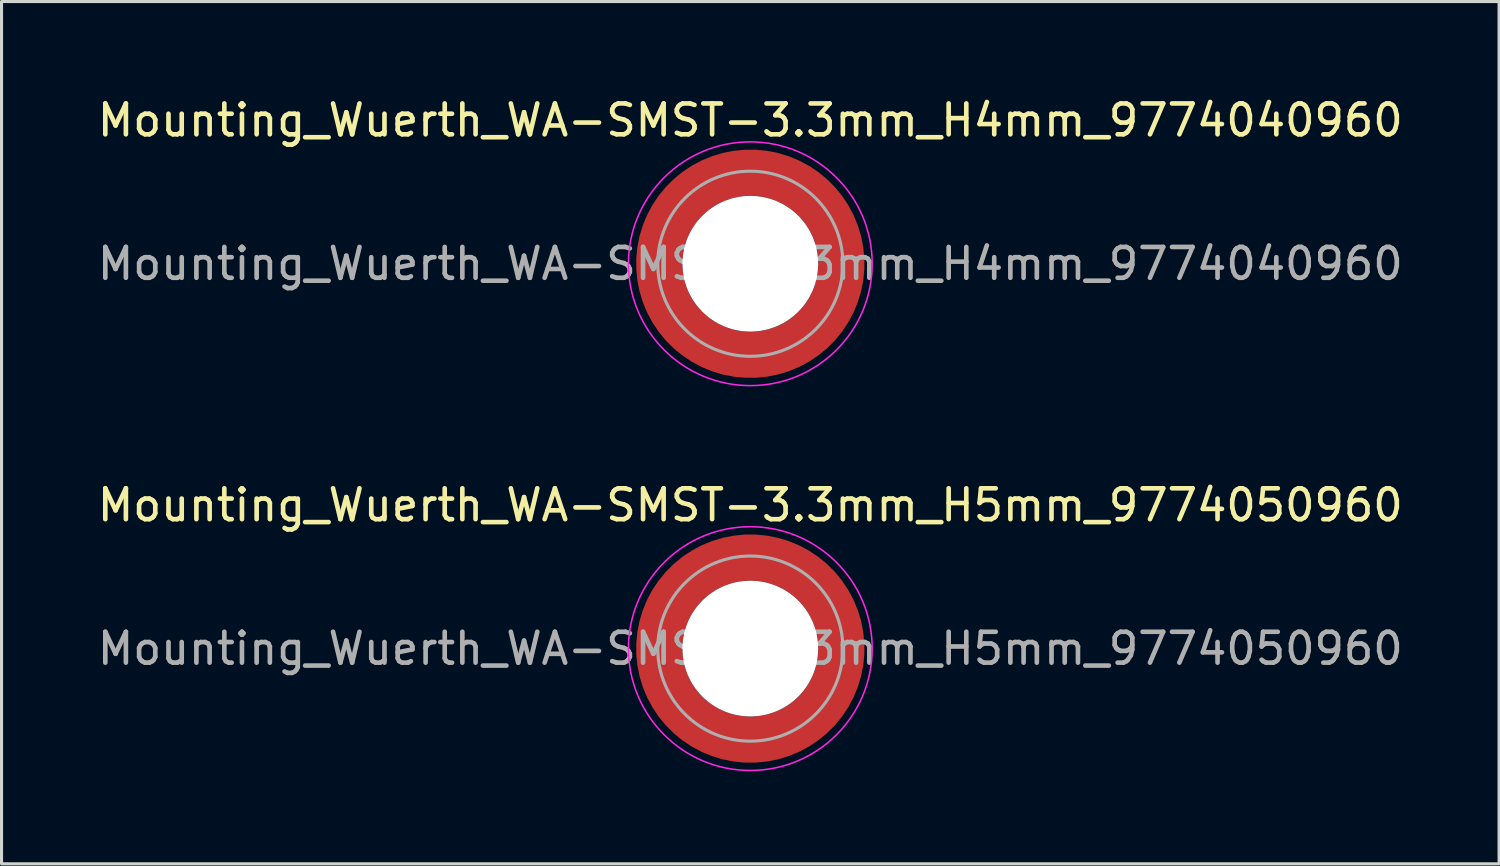
<source format=kicad_pcb>
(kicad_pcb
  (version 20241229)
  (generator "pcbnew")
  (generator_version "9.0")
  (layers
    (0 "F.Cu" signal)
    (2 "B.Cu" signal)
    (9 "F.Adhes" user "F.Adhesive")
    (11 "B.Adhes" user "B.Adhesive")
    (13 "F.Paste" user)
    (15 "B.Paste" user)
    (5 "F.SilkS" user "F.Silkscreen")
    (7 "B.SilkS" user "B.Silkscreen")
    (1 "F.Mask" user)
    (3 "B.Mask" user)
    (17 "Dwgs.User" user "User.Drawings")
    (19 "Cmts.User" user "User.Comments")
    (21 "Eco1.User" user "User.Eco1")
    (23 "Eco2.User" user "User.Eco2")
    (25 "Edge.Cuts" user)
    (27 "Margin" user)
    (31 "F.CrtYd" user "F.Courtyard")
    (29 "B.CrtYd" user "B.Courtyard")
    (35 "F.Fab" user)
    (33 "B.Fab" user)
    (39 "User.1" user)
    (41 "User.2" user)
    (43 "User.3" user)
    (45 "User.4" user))
  (footprint "Mounting_Wuerth_WA-SMST-3.3mm_H4mm_9774040960"
    (layer "F.Cu")
    (at 21.268 5.498)
    (property "Reference" "Mounting_Wuerth_WA-SMST-3.3mm_H4mm_9774040960" (at 0 -4.65 0) (layer "F.SilkS") (effects (font (size 1 1) (thickness 0.15))))
    (attr smd allow_soldermask_bridges)
    (fp_circle (center 0 0) (end 3.95 0) (stroke (width 0.05) (type solid)) (fill no) (layer "F.CrtYd"))
    (fp_circle (center 0 0) (end 3 0) (stroke (width 0.1) (type solid)) (fill no) (layer "F.Fab"))
    (fp_text user "${REFERENCE}" (at 0 0 0) (layer "F.Fab") (effects (font (size 1 1) (thickness 0.15))))
    (pad "" smd custom (at -2.058 -2.058) (size 0.55 0.55) (layers "F.Paste") (options (anchor circle)) (primitives (gr_arc (start -0.377294 1.707681) (mid 0.318198 0.318198) (end 1.707681 -0.377294) (width 0.2)) (gr_arc (start -0.478281 1.707681) (mid 0.247487 0.247487) (end 1.707681 -0.478281) (width 0.2)) (gr_arc (start -0.579192 1.707681) (mid 0.176777 0.176777) (end 1.707681 -0.579192) (width 0.2)) (gr_arc (start -0.680037 1.707681) (mid 0.106066 0.106066) (end 1.707681 -0.680037) (width 0.2)) (gr_arc (start -0.780822 1.707681) (mid 0.035355 0.035355) (end 1.707681 -0.780822) (width 0.2)) (gr_arc (start -0.881554 1.707681) (mid -0.035355 -0.035355) (end 1.707681 -0.881554) (width 0.2)) (gr_arc (start -0.982237 1.707681) (mid -0.106066 -0.106066) (end 1.707681 -0.982237) (width 0.2)) (gr_arc (start -1.082877 1.707681) (mid -0.176777 -0.176777) (end 1.707681 -1.082877) (width 0.2)) (gr_arc (start -1.183476 1.707681) (mid -0.247487 -0.247487) (end 1.707681 -1.183476) (width 0.2)) (gr_arc (start -1.28404 1.707681) (mid -0.318198 -0.318198) (end 1.707681 -1.28404) (width 0.2)) (gr_line (start 1.708 -0.377) (end 1.708 -1.284) (width 0.2)) (gr_line (start -0.377 1.708) (end -1.284 1.708) (width 0.2))))
    (pad "" smd custom (at -2.058 2.058) (size 0.55 0.55) (layers "F.Paste") (options (anchor circle)) (primitives (gr_arc (start 1.707681 0.377294) (mid 0.318198 -0.318198) (end -0.377294 -1.707681) (width 0.2)) (gr_arc (start 1.707681 0.478281) (mid 0.247487 -0.247487) (end -0.478281 -1.707681) (width 0.2)) (gr_arc (start 1.707681 0.579192) (mid 0.176777 -0.176777) (end -0.579192 -1.707681) (width 0.2)) (gr_arc (start 1.707681 0.680037) (mid 0.106066 -0.106066) (end -0.680037 -1.707681) (width 0.2)) (gr_arc (start 1.707681 0.780822) (mid 0.035355 -0.035355) (end -0.780822 -1.707681) (width 0.2)) (gr_arc (start 1.707681 0.881554) (mid -0.035355 0.035355) (end -0.881554 -1.707681) (width 0.2)) (gr_arc (start 1.707681 0.982237) (mid -0.106066 0.106066) (end -0.982237 -1.707681) (width 0.2)) (gr_arc (start 1.707681 1.082877) (mid -0.176777 0.176777) (end -1.082877 -1.707681) (width 0.2)) (gr_arc (start 1.707681 1.183476) (mid -0.247487 0.247487) (end -1.183476 -1.707681) (width 0.2)) (gr_arc (start 1.707681 1.28404) (mid -0.318198 0.318198) (end -1.28404 -1.707681) (width 0.2)) (gr_line (start -0.377 -1.708) (end -1.284 -1.708) (width 0.2)) (gr_line (start 1.708 0.377) (end 1.708 1.284) (width 0.2))))
    (pad "" np_thru_hole circle (at 0 0) (size 4.4 4.4) (drill 4.4) (layers "*.Cu" "*.Mask"))
    (pad "" smd custom (at 2.058 -2.058) (size 0.55 0.55) (layers "F.Paste") (options (anchor circle)) (primitives (gr_arc (start -1.707681 -0.377294) (mid -0.318198 0.318198) (end 0.377294 1.707681) (width 0.2)) (gr_arc (start -1.707681 -0.478281) (mid -0.247487 0.247487) (end 0.478281 1.707681) (width 0.2)) (gr_arc (start -1.707681 -0.579192) (mid -0.176777 0.176777) (end 0.579192 1.707681) (width 0.2)) (gr_arc (start -1.707681 -0.680037) (mid -0.106066 0.106066) (end 0.680037 1.707681) (width 0.2)) (gr_arc (start -1.707681 -0.780822) (mid -0.035355 0.035355) (end 0.780822 1.707681) (width 0.2)) (gr_arc (start -1.707681 -0.881554) (mid 0.035355 -0.035355) (end 0.881554 1.707681) (width 0.2)) (gr_arc (start -1.707681 -0.982237) (mid 0.106066 -0.106066) (end 0.982237 1.707681) (width 0.2)) (gr_arc (start -1.707681 -1.082877) (mid 0.176777 -0.176777) (end 1.082877 1.707681) (width 0.2)) (gr_arc (start -1.707681 -1.183476) (mid 0.247487 -0.247487) (end 1.183476 1.707681) (width 0.2)) (gr_arc (start -1.707681 -1.28404) (mid 0.318198 -0.318198) (end 1.28404 1.707681) (width 0.2)) (gr_line (start 0.377 1.708) (end 1.284 1.708) (width 0.2)) (gr_line (start -1.708 -0.377) (end -1.708 -1.284) (width 0.2))))
    (pad "" smd custom (at 2.058 2.058) (size 0.55 0.55) (layers "F.Paste") (options (anchor circle)) (primitives (gr_arc (start 0.377294 -1.707681) (mid -0.318198 -0.318198) (end -1.707681 0.377294) (width 0.2)) (gr_arc (start 0.478281 -1.707681) (mid -0.247487 -0.247487) (end -1.707681 0.478281) (width 0.2)) (gr_arc (start 0.579192 -1.707681) (mid -0.176777 -0.176777) (end -1.707681 0.579192) (width 0.2)) (gr_arc (start 0.680037 -1.707681) (mid -0.106066 -0.106066) (end -1.707681 0.680037) (width 0.2)) (gr_arc (start 0.780822 -1.707681) (mid -0.035355 -0.035355) (end -1.707681 0.780822) (width 0.2)) (gr_arc (start 0.881554 -1.707681) (mid 0.035355 0.035355) (end -1.707681 0.881554) (width 0.2)) (gr_arc (start 0.982237 -1.707681) (mid 0.106066 0.106066) (end -1.707681 0.982237) (width 0.2)) (gr_arc (start 1.082877 -1.707681) (mid 0.176777 0.176777) (end -1.707681 1.082877) (width 0.2)) (gr_arc (start 1.183476 -1.707681) (mid 0.247487 0.247487) (end -1.707681 1.183476) (width 0.2)) (gr_arc (start 1.28404 -1.707681) (mid 0.318198 0.318198) (end -1.707681 1.28404) (width 0.2)) (gr_line (start -1.708 0.377) (end -1.708 1.284) (width 0.2)) (gr_line (start 0.377 -1.708) (end 1.284 -1.708) (width 0.2))))
    (pad "1" smd circle (at -2.95 0) (size 0.992 0.992) (layers "F.Cu"))
    (pad "1" smd circle (at 0 -2.95) (size 0.992 0.992) (layers "F.Cu"))
    (pad "1" smd circle (at 0 2.95) (size 0.992 0.992) (layers "F.Cu"))
    (pad "1" smd custom (at 2.95 0) (size 1.5 1.5) (layers "F.Cu" "F.Mask") (options (anchor circle)) (primitives (gr_circle (center -2.95 0) (end 0 0) (width 1.5) (fill no)))))
  (footprint "Mounting_Wuerth_WA-SMST-3.3mm_H5mm_9774050960"
    (layer "F.Cu")
    (at 21.268 17.971)
    (property "Reference" "Mounting_Wuerth_WA-SMST-3.3mm_H5mm_9774050960" (at 0 -4.65 0) (layer "F.SilkS") (effects (font (size 1 1) (thickness 0.15))))
    (attr smd allow_soldermask_bridges)
    (fp_circle (center 0 0) (end 3.95 0) (stroke (width 0.05) (type solid)) (fill no) (layer "F.CrtYd"))
    (fp_circle (center 0 0) (end 3 0) (stroke (width 0.1) (type solid)) (fill no) (layer "F.Fab"))
    (fp_text user "${REFERENCE}" (at 0 0 0) (layer "F.Fab") (effects (font (size 1 1) (thickness 0.15))))
    (pad "" smd custom (at -2.058 -2.058) (size 0.55 0.55) (layers "F.Paste") (options (anchor circle)) (primitives (gr_arc (start -0.377294 1.707681) (mid 0.318198 0.318198) (end 1.707681 -0.377294) (width 0.2)) (gr_arc (start -0.478281 1.707681) (mid 0.247487 0.247487) (end 1.707681 -0.478281) (width 0.2)) (gr_arc (start -0.579192 1.707681) (mid 0.176777 0.176777) (end 1.707681 -0.579192) (width 0.2)) (gr_arc (start -0.680037 1.707681) (mid 0.106066 0.106066) (end 1.707681 -0.680037) (width 0.2)) (gr_arc (start -0.780822 1.707681) (mid 0.035355 0.035355) (end 1.707681 -0.780822) (width 0.2)) (gr_arc (start -0.881554 1.707681) (mid -0.035355 -0.035355) (end 1.707681 -0.881554) (width 0.2)) (gr_arc (start -0.982237 1.707681) (mid -0.106066 -0.106066) (end 1.707681 -0.982237) (width 0.2)) (gr_arc (start -1.082877 1.707681) (mid -0.176777 -0.176777) (end 1.707681 -1.082877) (width 0.2)) (gr_arc (start -1.183476 1.707681) (mid -0.247487 -0.247487) (end 1.707681 -1.183476) (width 0.2)) (gr_arc (start -1.28404 1.707681) (mid -0.318198 -0.318198) (end 1.707681 -1.28404) (width 0.2)) (gr_line (start 1.708 -0.377) (end 1.708 -1.284) (width 0.2)) (gr_line (start -0.377 1.708) (end -1.284 1.708) (width 0.2))))
    (pad "" smd custom (at -2.058 2.058) (size 0.55 0.55) (layers "F.Paste") (options (anchor circle)) (primitives (gr_arc (start 1.707681 0.377294) (mid 0.318198 -0.318198) (end -0.377294 -1.707681) (width 0.2)) (gr_arc (start 1.707681 0.478281) (mid 0.247487 -0.247487) (end -0.478281 -1.707681) (width 0.2)) (gr_arc (start 1.707681 0.579192) (mid 0.176777 -0.176777) (end -0.579192 -1.707681) (width 0.2)) (gr_arc (start 1.707681 0.680037) (mid 0.106066 -0.106066) (end -0.680037 -1.707681) (width 0.2)) (gr_arc (start 1.707681 0.780822) (mid 0.035355 -0.035355) (end -0.780822 -1.707681) (width 0.2)) (gr_arc (start 1.707681 0.881554) (mid -0.035355 0.035355) (end -0.881554 -1.707681) (width 0.2)) (gr_arc (start 1.707681 0.982237) (mid -0.106066 0.106066) (end -0.982237 -1.707681) (width 0.2)) (gr_arc (start 1.707681 1.082877) (mid -0.176777 0.176777) (end -1.082877 -1.707681) (width 0.2)) (gr_arc (start 1.707681 1.183476) (mid -0.247487 0.247487) (end -1.183476 -1.707681) (width 0.2)) (gr_arc (start 1.707681 1.28404) (mid -0.318198 0.318198) (end -1.28404 -1.707681) (width 0.2)) (gr_line (start -0.377 -1.708) (end -1.284 -1.708) (width 0.2)) (gr_line (start 1.708 0.377) (end 1.708 1.284) (width 0.2))))
    (pad "" np_thru_hole circle (at 0 0) (size 4.4 4.4) (drill 4.4) (layers "*.Cu" "*.Mask"))
    (pad "" smd custom (at 2.058 -2.058) (size 0.55 0.55) (layers "F.Paste") (options (anchor circle)) (primitives (gr_arc (start -1.707681 -0.377294) (mid -0.318198 0.318198) (end 0.377294 1.707681) (width 0.2)) (gr_arc (start -1.707681 -0.478281) (mid -0.247487 0.247487) (end 0.478281 1.707681) (width 0.2)) (gr_arc (start -1.707681 -0.579192) (mid -0.176777 0.176777) (end 0.579192 1.707681) (width 0.2)) (gr_arc (start -1.707681 -0.680037) (mid -0.106066 0.106066) (end 0.680037 1.707681) (width 0.2)) (gr_arc (start -1.707681 -0.780822) (mid -0.035355 0.035355) (end 0.780822 1.707681) (width 0.2)) (gr_arc (start -1.707681 -0.881554) (mid 0.035355 -0.035355) (end 0.881554 1.707681) (width 0.2)) (gr_arc (start -1.707681 -0.982237) (mid 0.106066 -0.106066) (end 0.982237 1.707681) (width 0.2)) (gr_arc (start -1.707681 -1.082877) (mid 0.176777 -0.176777) (end 1.082877 1.707681) (width 0.2)) (gr_arc (start -1.707681 -1.183476) (mid 0.247487 -0.247487) (end 1.183476 1.707681) (width 0.2)) (gr_arc (start -1.707681 -1.28404) (mid 0.318198 -0.318198) (end 1.28404 1.707681) (width 0.2)) (gr_line (start 0.377 1.708) (end 1.284 1.708) (width 0.2)) (gr_line (start -1.708 -0.377) (end -1.708 -1.284) (width 0.2))))
    (pad "" smd custom (at 2.058 2.058) (size 0.55 0.55) (layers "F.Paste") (options (anchor circle)) (primitives (gr_arc (start 0.377294 -1.707681) (mid -0.318198 -0.318198) (end -1.707681 0.377294) (width 0.2)) (gr_arc (start 0.478281 -1.707681) (mid -0.247487 -0.247487) (end -1.707681 0.478281) (width 0.2)) (gr_arc (start 0.579192 -1.707681) (mid -0.176777 -0.176777) (end -1.707681 0.579192) (width 0.2)) (gr_arc (start 0.680037 -1.707681) (mid -0.106066 -0.106066) (end -1.707681 0.680037) (width 0.2)) (gr_arc (start 0.780822 -1.707681) (mid -0.035355 -0.035355) (end -1.707681 0.780822) (width 0.2)) (gr_arc (start 0.881554 -1.707681) (mid 0.035355 0.035355) (end -1.707681 0.881554) (width 0.2)) (gr_arc (start 0.982237 -1.707681) (mid 0.106066 0.106066) (end -1.707681 0.982237) (width 0.2)) (gr_arc (start 1.082877 -1.707681) (mid 0.176777 0.176777) (end -1.707681 1.082877) (width 0.2)) (gr_arc (start 1.183476 -1.707681) (mid 0.247487 0.247487) (end -1.707681 1.183476) (width 0.2)) (gr_arc (start 1.28404 -1.707681) (mid 0.318198 0.318198) (end -1.707681 1.28404) (width 0.2)) (gr_line (start -1.708 0.377) (end -1.708 1.284) (width 0.2)) (gr_line (start 0.377 -1.708) (end 1.284 -1.708) (width 0.2))))
    (pad "1" smd circle (at -2.95 0) (size 0.992 0.992) (layers "F.Cu"))
    (pad "1" smd circle (at 0 -2.95) (size 0.992 0.992) (layers "F.Cu"))
    (pad "1" smd circle (at 0 2.95) (size 0.992 0.992) (layers "F.Cu"))
    (pad "1" smd custom (at 2.95 0) (size 1.5 1.5) (layers "F.Cu" "F.Mask") (options (anchor circle)) (primitives (gr_circle (center -2.95 0) (end 0 0) (width 1.5) (fill no)))))
  (gr_rect
    (start -3 -3)
    (end 45.536 24.947)
    (stroke (width 0.1) (type default))
    (fill no)
    (layer "Edge.Cuts")))
</source>
